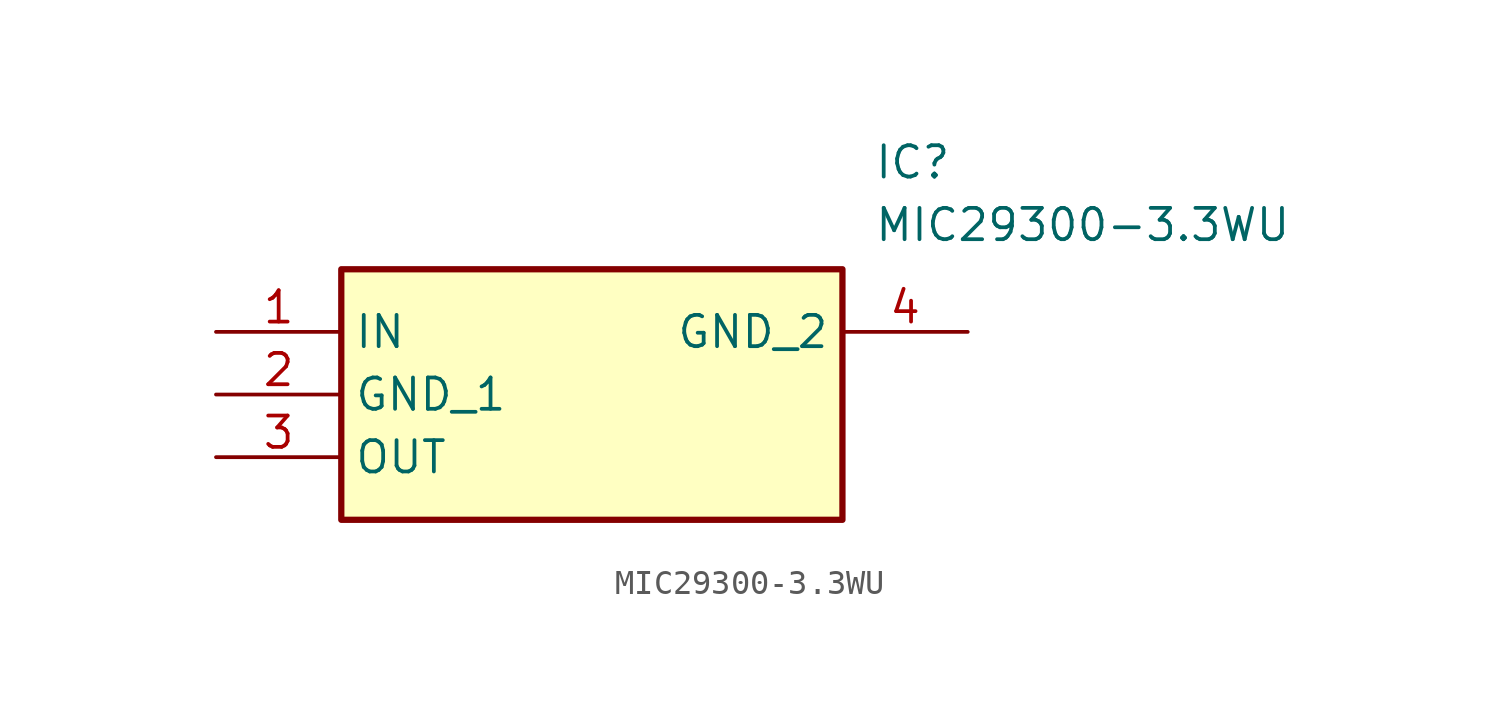
<source format=kicad_sym>
(kicad_symbol_lib
  (version 20211014)
  (generator SamacSys_ECAD_Model)
  (symbol "MIC29300-3.3WU"
    (property "Reference" "IC"
      (at 26.67 7.62 0)
      (effects (font (size 1.27 1.27)) (justify left top)))
    (property "Value" "MIC29300-3.3WU"
      (at 26.67 5.08 0)
      (effects (font (size 1.27 1.27)) (justify left top)))
    (rectangle
      (start 5.08 2.54)
      (end 25.4 -7.62)
      (stroke (width 0.254) (type default))
      (fill (type background)))
    (pin passive line
      (at 0 0 0)
      (length 5.08)
      (name "IN" (effects (font (size 1.27 1.27))))
      (number "1" (effects (font (size 1.27 1.27)))))
    (pin passive line
      (at 0 -2.54 0)
      (length 5.08)
      (name "GND_1" (effects (font (size 1.27 1.27))))
      (number "2" (effects (font (size 1.27 1.27)))))
    (pin passive line
      (at 0 -5.08 0)
      (length 5.08)
      (name "OUT" (effects (font (size 1.27 1.27))))
      (number "3" (effects (font (size 1.27 1.27)))))
    (pin passive line
      (at 30.48 0 180)
      (length 5.08)
      (name "GND_2" (effects (font (size 1.27 1.27))))
      (number "4" (effects (font (size 1.27 1.27)))))))
</source>
